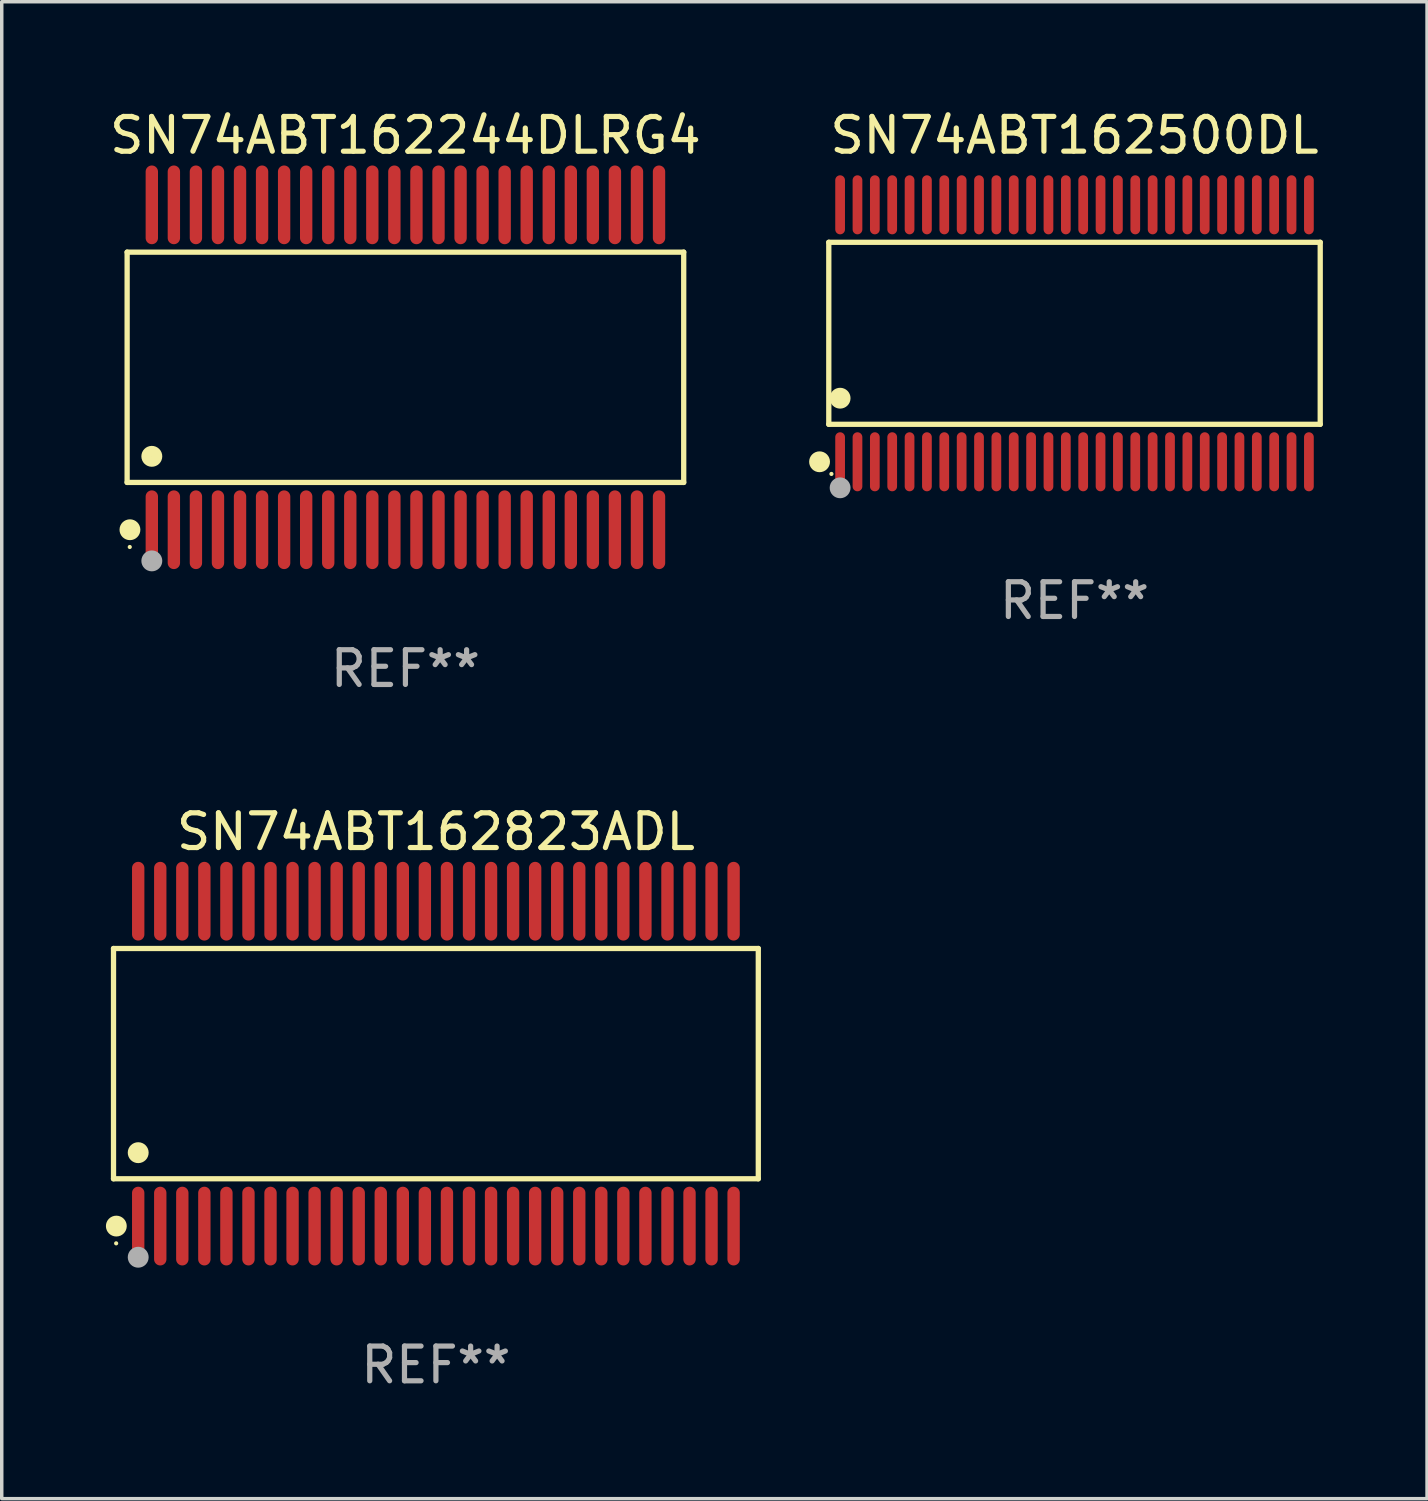
<source format=kicad_pcb>
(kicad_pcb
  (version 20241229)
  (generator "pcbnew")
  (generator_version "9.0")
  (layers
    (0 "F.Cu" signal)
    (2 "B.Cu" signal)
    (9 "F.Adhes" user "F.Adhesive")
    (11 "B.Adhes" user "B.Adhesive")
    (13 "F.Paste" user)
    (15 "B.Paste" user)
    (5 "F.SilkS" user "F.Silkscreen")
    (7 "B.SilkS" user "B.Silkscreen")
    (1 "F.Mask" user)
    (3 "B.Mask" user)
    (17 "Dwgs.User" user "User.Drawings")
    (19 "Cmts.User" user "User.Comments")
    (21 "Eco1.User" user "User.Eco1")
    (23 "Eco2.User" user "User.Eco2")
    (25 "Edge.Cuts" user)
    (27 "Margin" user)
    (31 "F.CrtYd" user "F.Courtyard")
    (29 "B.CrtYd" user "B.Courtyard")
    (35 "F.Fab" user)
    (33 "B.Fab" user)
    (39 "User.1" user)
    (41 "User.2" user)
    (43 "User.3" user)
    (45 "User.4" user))
  (footprint "SN74ABT162500DL"
    (layer "F.Cu")
    (at 27.893 6.548)
    (property "Reference" "SN74ABT162500DL" (at 0 -5.7 0) (layer "F.SilkS") (effects (font (size 1 1) (thickness 0.15))))
    (attr through_hole)
    (fp_line (start -7.076 -2.621) (end 7.076 -2.621) (stroke (width 0.152) (type solid)) (layer "F.SilkS"))
    (fp_line (start -7.076 2.621) (end -7.076 -2.621) (stroke (width 0.152) (type solid)) (layer "F.SilkS"))
    (fp_line (start 7.076 -2.621) (end 7.076 2.621) (stroke (width 0.152) (type solid)) (layer "F.SilkS"))
    (fp_line (start 7.076 2.621) (end -7.076 2.621) (stroke (width 0.152) (type solid)) (layer "F.SilkS"))
    (fp_circle (center -7.342 3.7) (end -7.192 3.7) (stroke (width 0.3) (type solid)) (fill no) (layer "F.SilkS"))
    (fp_circle (center -7 4.05) (end -6.97 4.05) (stroke (width 0.06) (type solid)) (fill no) (layer "F.SilkS"))
    (fp_circle (center -6.75 1.869) (end -6.6 1.869) (stroke (width 0.3) (type solid)) (fill no) (layer "F.SilkS"))
    (fp_circle (center -6.75 4.45) (end -6.6 4.45) (stroke (width 0.3) (type solid)) (fill no) (layer "F.Fab"))
    (fp_text user "REF**" (at 0 7.7 0) (layer "F.Fab") (effects (font (size 1 1) (thickness 0.15))))
    (pad "1" smd oval (at -6.75 3.7) (size 0.28 1.7) (layers "F.Cu" "F.Mask" "F.Paste"))
    (pad "2" smd oval (at -6.25 3.7) (size 0.28 1.7) (layers "F.Cu" "F.Mask" "F.Paste"))
    (pad "3" smd oval (at -5.75 3.7) (size 0.28 1.7) (layers "F.Cu" "F.Mask" "F.Paste"))
    (pad "4" smd oval (at -5.25 3.7) (size 0.28 1.7) (layers "F.Cu" "F.Mask" "F.Paste"))
    (pad "5" smd oval (at -4.75 3.7) (size 0.28 1.7) (layers "F.Cu" "F.Mask" "F.Paste"))
    (pad "6" smd oval (at -4.25 3.7) (size 0.28 1.7) (layers "F.Cu" "F.Mask" "F.Paste"))
    (pad "7" smd oval (at -3.75 3.7) (size 0.28 1.7) (layers "F.Cu" "F.Mask" "F.Paste"))
    (pad "8" smd oval (at -3.25 3.7) (size 0.28 1.7) (layers "F.Cu" "F.Mask" "F.Paste"))
    (pad "9" smd oval (at -2.75 3.7) (size 0.28 1.7) (layers "F.Cu" "F.Mask" "F.Paste"))
    (pad "10" smd oval (at -2.25 3.7) (size 0.28 1.7) (layers "F.Cu" "F.Mask" "F.Paste"))
    (pad "11" smd oval (at -1.75 3.7) (size 0.28 1.7) (layers "F.Cu" "F.Mask" "F.Paste"))
    (pad "12" smd oval (at -1.25 3.7) (size 0.28 1.7) (layers "F.Cu" "F.Mask" "F.Paste"))
    (pad "13" smd oval (at -0.75 3.7) (size 0.28 1.7) (layers "F.Cu" "F.Mask" "F.Paste"))
    (pad "14" smd oval (at -0.25 3.7) (size 0.28 1.7) (layers "F.Cu" "F.Mask" "F.Paste"))
    (pad "15" smd oval (at 0.25 3.7) (size 0.28 1.7) (layers "F.Cu" "F.Mask" "F.Paste"))
    (pad "16" smd oval (at 0.75 3.7) (size 0.28 1.7) (layers "F.Cu" "F.Mask" "F.Paste"))
    (pad "17" smd oval (at 1.25 3.7) (size 0.28 1.7) (layers "F.Cu" "F.Mask" "F.Paste"))
    (pad "18" smd oval (at 1.75 3.7) (size 0.28 1.7) (layers "F.Cu" "F.Mask" "F.Paste"))
    (pad "19" smd oval (at 2.25 3.7) (size 0.28 1.7) (layers "F.Cu" "F.Mask" "F.Paste"))
    (pad "20" smd oval (at 2.75 3.7) (size 0.28 1.7) (layers "F.Cu" "F.Mask" "F.Paste"))
    (pad "21" smd oval (at 3.25 3.7) (size 0.28 1.7) (layers "F.Cu" "F.Mask" "F.Paste"))
    (pad "22" smd oval (at 3.75 3.7) (size 0.28 1.7) (layers "F.Cu" "F.Mask" "F.Paste"))
    (pad "23" smd oval (at 4.25 3.7) (size 0.28 1.7) (layers "F.Cu" "F.Mask" "F.Paste"))
    (pad "24" smd oval (at 4.75 3.7) (size 0.28 1.7) (layers "F.Cu" "F.Mask" "F.Paste"))
    (pad "25" smd oval (at 5.25 3.7) (size 0.28 1.7) (layers "F.Cu" "F.Mask" "F.Paste"))
    (pad "26" smd oval (at 5.75 3.7) (size 0.28 1.7) (layers "F.Cu" "F.Mask" "F.Paste"))
    (pad "27" smd oval (at 6.25 3.7) (size 0.28 1.7) (layers "F.Cu" "F.Mask" "F.Paste"))
    (pad "28" smd oval (at 6.75 3.7) (size 0.28 1.7) (layers "F.Cu" "F.Mask" "F.Paste"))
    (pad "29" smd oval (at 6.75 -3.7) (size 0.28 1.7) (layers "F.Cu" "F.Mask" "F.Paste"))
    (pad "30" smd oval (at 6.25 -3.7) (size 0.28 1.7) (layers "F.Cu" "F.Mask" "F.Paste"))
    (pad "31" smd oval (at 5.75 -3.7) (size 0.28 1.7) (layers "F.Cu" "F.Mask" "F.Paste"))
    (pad "32" smd oval (at 5.25 -3.7) (size 0.28 1.7) (layers "F.Cu" "F.Mask" "F.Paste"))
    (pad "33" smd oval (at 4.75 -3.7) (size 0.28 1.7) (layers "F.Cu" "F.Mask" "F.Paste"))
    (pad "34" smd oval (at 4.25 -3.7) (size 0.28 1.7) (layers "F.Cu" "F.Mask" "F.Paste"))
    (pad "35" smd oval (at 3.75 -3.7) (size 0.28 1.7) (layers "F.Cu" "F.Mask" "F.Paste"))
    (pad "36" smd oval (at 3.25 -3.7) (size 0.28 1.7) (layers "F.Cu" "F.Mask" "F.Paste"))
    (pad "37" smd oval (at 2.75 -3.7) (size 0.28 1.7) (layers "F.Cu" "F.Mask" "F.Paste"))
    (pad "38" smd oval (at 2.25 -3.7) (size 0.28 1.7) (layers "F.Cu" "F.Mask" "F.Paste"))
    (pad "39" smd oval (at 1.75 -3.7) (size 0.28 1.7) (layers "F.Cu" "F.Mask" "F.Paste"))
    (pad "40" smd oval (at 1.25 -3.7) (size 0.28 1.7) (layers "F.Cu" "F.Mask" "F.Paste"))
    (pad "41" smd oval (at 0.75 -3.7) (size 0.28 1.7) (layers "F.Cu" "F.Mask" "F.Paste"))
    (pad "42" smd oval (at 0.25 -3.7) (size 0.28 1.7) (layers "F.Cu" "F.Mask" "F.Paste"))
    (pad "43" smd oval (at -0.25 -3.7) (size 0.28 1.7) (layers "F.Cu" "F.Mask" "F.Paste"))
    (pad "44" smd oval (at -0.75 -3.7) (size 0.28 1.7) (layers "F.Cu" "F.Mask" "F.Paste"))
    (pad "45" smd oval (at -1.25 -3.7) (size 0.28 1.7) (layers "F.Cu" "F.Mask" "F.Paste"))
    (pad "46" smd oval (at -1.75 -3.7) (size 0.28 1.7) (layers "F.Cu" "F.Mask" "F.Paste"))
    (pad "47" smd oval (at -2.25 -3.7) (size 0.28 1.7) (layers "F.Cu" "F.Mask" "F.Paste"))
    (pad "48" smd oval (at -2.75 -3.7) (size 0.28 1.7) (layers "F.Cu" "F.Mask" "F.Paste"))
    (pad "49" smd oval (at -3.25 -3.7) (size 0.28 1.7) (layers "F.Cu" "F.Mask" "F.Paste"))
    (pad "50" smd oval (at -3.75 -3.7) (size 0.28 1.7) (layers "F.Cu" "F.Mask" "F.Paste"))
    (pad "51" smd oval (at -4.25 -3.7) (size 0.28 1.7) (layers "F.Cu" "F.Mask" "F.Paste"))
    (pad "52" smd oval (at -4.75 -3.7) (size 0.28 1.7) (layers "F.Cu" "F.Mask" "F.Paste"))
    (pad "53" smd oval (at -5.25 -3.7) (size 0.28 1.7) (layers "F.Cu" "F.Mask" "F.Paste"))
    (pad "54" smd oval (at -5.75 -3.7) (size 0.28 1.7) (layers "F.Cu" "F.Mask" "F.Paste"))
    (pad "55" smd oval (at -6.25 -3.7) (size 0.28 1.7) (layers "F.Cu" "F.Mask" "F.Paste"))
    (pad "56" smd oval (at -6.75 -3.7) (size 0.28 1.7) (layers "F.Cu" "F.Mask" "F.Paste")))
  (footprint "SN74ABT162823ADL"
    (layer "F.Cu")
    (at 9.503 27.58)
    (property "Reference" "SN74ABT162823ADL" (at 0 -6.678 0) (layer "F.SilkS") (effects (font (size 1 1) (thickness 0.15))))
    (attr through_hole)
    (fp_line (start -9.284 -3.316) (end 9.284 -3.316) (stroke (width 0.152) (type solid)) (layer "F.SilkS"))
    (fp_line (start -9.284 3.316) (end -9.284 -3.316) (stroke (width 0.152) (type solid)) (layer "F.SilkS"))
    (fp_line (start 9.284 -3.316) (end 9.284 3.316) (stroke (width 0.152) (type solid)) (layer "F.SilkS"))
    (fp_line (start 9.284 3.316) (end -9.284 3.316) (stroke (width 0.152) (type solid)) (layer "F.SilkS"))
    (fp_circle (center -9.208 5.175) (end -9.178 5.175) (stroke (width 0.06) (type solid)) (fill no) (layer "F.SilkS"))
    (fp_circle (center -9.203 4.678) (end -9.053 4.678) (stroke (width 0.3) (type solid)) (fill no) (layer "F.SilkS"))
    (fp_circle (center -8.573 2.564) (end -8.422 2.564) (stroke (width 0.3) (type solid)) (fill no) (layer "F.SilkS"))
    (fp_circle (center -8.573 5.575) (end -8.422 5.575) (stroke (width 0.3) (type solid)) (fill no) (layer "F.Fab"))
    (fp_text user "REF**" (at 0 8.678 0) (layer "F.Fab") (effects (font (size 1 1) (thickness 0.15))))
    (pad "1" smd oval (at -8.573 4.678) (size 0.356 2.267) (layers "F.Cu" "F.Mask" "F.Paste"))
    (pad "2" smd oval (at -7.938 4.678) (size 0.356 2.267) (layers "F.Cu" "F.Mask" "F.Paste"))
    (pad "3" smd oval (at -7.303 4.678) (size 0.356 2.267) (layers "F.Cu" "F.Mask" "F.Paste"))
    (pad "4" smd oval (at -6.668 4.678) (size 0.356 2.267) (layers "F.Cu" "F.Mask" "F.Paste"))
    (pad "5" smd oval (at -6.033 4.678) (size 0.356 2.267) (layers "F.Cu" "F.Mask" "F.Paste"))
    (pad "6" smd oval (at -5.398 4.678) (size 0.356 2.267) (layers "F.Cu" "F.Mask" "F.Paste"))
    (pad "7" smd oval (at -4.763 4.678) (size 0.356 2.267) (layers "F.Cu" "F.Mask" "F.Paste"))
    (pad "8" smd oval (at -4.128 4.678) (size 0.356 2.267) (layers "F.Cu" "F.Mask" "F.Paste"))
    (pad "9" smd oval (at -3.493 4.678) (size 0.356 2.267) (layers "F.Cu" "F.Mask" "F.Paste"))
    (pad "10" smd oval (at -2.858 4.678) (size 0.356 2.267) (layers "F.Cu" "F.Mask" "F.Paste"))
    (pad "11" smd oval (at -2.223 4.678) (size 0.356 2.267) (layers "F.Cu" "F.Mask" "F.Paste"))
    (pad "12" smd oval (at -1.588 4.678) (size 0.356 2.267) (layers "F.Cu" "F.Mask" "F.Paste"))
    (pad "13" smd oval (at -0.953 4.678) (size 0.356 2.267) (layers "F.Cu" "F.Mask" "F.Paste"))
    (pad "14" smd oval (at -0.318 4.678) (size 0.356 2.267) (layers "F.Cu" "F.Mask" "F.Paste"))
    (pad "15" smd oval (at 0.318 4.678) (size 0.356 2.267) (layers "F.Cu" "F.Mask" "F.Paste"))
    (pad "16" smd oval (at 0.953 4.678) (size 0.356 2.267) (layers "F.Cu" "F.Mask" "F.Paste"))
    (pad "17" smd oval (at 1.588 4.678) (size 0.356 2.267) (layers "F.Cu" "F.Mask" "F.Paste"))
    (pad "18" smd oval (at 2.223 4.678) (size 0.356 2.267) (layers "F.Cu" "F.Mask" "F.Paste"))
    (pad "19" smd oval (at 2.858 4.678) (size 0.356 2.267) (layers "F.Cu" "F.Mask" "F.Paste"))
    (pad "20" smd oval (at 3.493 4.678) (size 0.356 2.267) (layers "F.Cu" "F.Mask" "F.Paste"))
    (pad "21" smd oval (at 4.128 4.678) (size 0.356 2.267) (layers "F.Cu" "F.Mask" "F.Paste"))
    (pad "22" smd oval (at 4.763 4.678) (size 0.356 2.267) (layers "F.Cu" "F.Mask" "F.Paste"))
    (pad "23" smd oval (at 5.398 4.678) (size 0.356 2.267) (layers "F.Cu" "F.Mask" "F.Paste"))
    (pad "24" smd oval (at 6.033 4.678) (size 0.356 2.267) (layers "F.Cu" "F.Mask" "F.Paste"))
    (pad "25" smd oval (at 6.668 4.678) (size 0.356 2.267) (layers "F.Cu" "F.Mask" "F.Paste"))
    (pad "26" smd oval (at 7.303 4.678) (size 0.356 2.267) (layers "F.Cu" "F.Mask" "F.Paste"))
    (pad "27" smd oval (at 7.938 4.678) (size 0.356 2.267) (layers "F.Cu" "F.Mask" "F.Paste"))
    (pad "28" smd oval (at 8.573 4.678) (size 0.356 2.267) (layers "F.Cu" "F.Mask" "F.Paste"))
    (pad "29" smd oval (at 8.573 -4.678) (size 0.356 2.267) (layers "F.Cu" "F.Mask" "F.Paste"))
    (pad "30" smd oval (at 7.938 -4.678) (size 0.356 2.267) (layers "F.Cu" "F.Mask" "F.Paste"))
    (pad "31" smd oval (at 7.303 -4.678) (size 0.356 2.267) (layers "F.Cu" "F.Mask" "F.Paste"))
    (pad "32" smd oval (at 6.668 -4.678) (size 0.356 2.267) (layers "F.Cu" "F.Mask" "F.Paste"))
    (pad "33" smd oval (at 6.033 -4.678) (size 0.356 2.267) (layers "F.Cu" "F.Mask" "F.Paste"))
    (pad "34" smd oval (at 5.398 -4.678) (size 0.356 2.267) (layers "F.Cu" "F.Mask" "F.Paste"))
    (pad "35" smd oval (at 4.763 -4.678) (size 0.356 2.267) (layers "F.Cu" "F.Mask" "F.Paste"))
    (pad "36" smd oval (at 4.128 -4.678) (size 0.356 2.267) (layers "F.Cu" "F.Mask" "F.Paste"))
    (pad "37" smd oval (at 3.493 -4.678) (size 0.356 2.267) (layers "F.Cu" "F.Mask" "F.Paste"))
    (pad "38" smd oval (at 2.858 -4.678) (size 0.356 2.267) (layers "F.Cu" "F.Mask" "F.Paste"))
    (pad "39" smd oval (at 2.223 -4.678) (size 0.356 2.267) (layers "F.Cu" "F.Mask" "F.Paste"))
    (pad "40" smd oval (at 1.588 -4.678) (size 0.356 2.267) (layers "F.Cu" "F.Mask" "F.Paste"))
    (pad "41" smd oval (at 0.953 -4.678) (size 0.356 2.267) (layers "F.Cu" "F.Mask" "F.Paste"))
    (pad "42" smd oval (at 0.318 -4.678) (size 0.356 2.267) (layers "F.Cu" "F.Mask" "F.Paste"))
    (pad "43" smd oval (at -0.318 -4.678) (size 0.356 2.267) (layers "F.Cu" "F.Mask" "F.Paste"))
    (pad "44" smd oval (at -0.953 -4.678) (size 0.356 2.267) (layers "F.Cu" "F.Mask" "F.Paste"))
    (pad "45" smd oval (at -1.588 -4.678) (size 0.356 2.267) (layers "F.Cu" "F.Mask" "F.Paste"))
    (pad "46" smd oval (at -2.223 -4.678) (size 0.356 2.267) (layers "F.Cu" "F.Mask" "F.Paste"))
    (pad "47" smd oval (at -2.858 -4.678) (size 0.356 2.267) (layers "F.Cu" "F.Mask" "F.Paste"))
    (pad "48" smd oval (at -3.493 -4.678) (size 0.356 2.267) (layers "F.Cu" "F.Mask" "F.Paste"))
    (pad "49" smd oval (at -4.128 -4.678) (size 0.356 2.267) (layers "F.Cu" "F.Mask" "F.Paste"))
    (pad "50" smd oval (at -4.763 -4.678) (size 0.356 2.267) (layers "F.Cu" "F.Mask" "F.Paste"))
    (pad "51" smd oval (at -5.398 -4.678) (size 0.356 2.267) (layers "F.Cu" "F.Mask" "F.Paste"))
    (pad "52" smd oval (at -6.033 -4.678) (size 0.356 2.267) (layers "F.Cu" "F.Mask" "F.Paste"))
    (pad "53" smd oval (at -6.668 -4.678) (size 0.356 2.267) (layers "F.Cu" "F.Mask" "F.Paste"))
    (pad "54" smd oval (at -7.303 -4.678) (size 0.356 2.267) (layers "F.Cu" "F.Mask" "F.Paste"))
    (pad "55" smd oval (at -7.938 -4.678) (size 0.356 2.267) (layers "F.Cu" "F.Mask" "F.Paste"))
    (pad "56" smd oval (at -8.573 -4.678) (size 0.356 2.267) (layers "F.Cu" "F.Mask" "F.Paste")))
  (footprint "SN74ABT162244DLRG4"
    (layer "F.Cu")
    (at 8.625 7.527)
    (property "Reference" "SN74ABT162244DLRG4" (at 0 -6.678 0) (layer "F.SilkS") (effects (font (size 1 1) (thickness 0.15))))
    (attr through_hole)
    (fp_line (start -8.014 -3.316) (end 8.014 -3.316) (stroke (width 0.152) (type solid)) (layer "F.SilkS"))
    (fp_line (start -8.014 3.316) (end -8.014 -3.316) (stroke (width 0.152) (type solid)) (layer "F.SilkS"))
    (fp_line (start 8.014 -3.316) (end 8.014 3.316) (stroke (width 0.152) (type solid)) (layer "F.SilkS"))
    (fp_line (start 8.014 3.316) (end -8.014 3.316) (stroke (width 0.152) (type solid)) (layer "F.SilkS"))
    (fp_circle (center -7.938 5.175) (end -7.908 5.175) (stroke (width 0.06) (type solid)) (fill no) (layer "F.SilkS"))
    (fp_circle (center -7.933 4.678) (end -7.783 4.678) (stroke (width 0.3) (type solid)) (fill no) (layer "F.SilkS"))
    (fp_circle (center -7.303 2.564) (end -7.152 2.564) (stroke (width 0.3) (type solid)) (fill no) (layer "F.SilkS"))
    (fp_circle (center -7.303 5.575) (end -7.152 5.575) (stroke (width 0.3) (type solid)) (fill no) (layer "F.Fab"))
    (fp_text user "REF**" (at 0 8.678 0) (layer "F.Fab") (effects (font (size 1 1) (thickness 0.15))))
    (pad "1" smd oval (at -7.303 4.678) (size 0.356 2.267) (layers "F.Cu" "F.Mask" "F.Paste"))
    (pad "2" smd oval (at -6.668 4.678) (size 0.356 2.267) (layers "F.Cu" "F.Mask" "F.Paste"))
    (pad "3" smd oval (at -6.033 4.678) (size 0.356 2.267) (layers "F.Cu" "F.Mask" "F.Paste"))
    (pad "4" smd oval (at -5.398 4.678) (size 0.356 2.267) (layers "F.Cu" "F.Mask" "F.Paste"))
    (pad "5" smd oval (at -4.763 4.678) (size 0.356 2.267) (layers "F.Cu" "F.Mask" "F.Paste"))
    (pad "6" smd oval (at -4.128 4.678) (size 0.356 2.267) (layers "F.Cu" "F.Mask" "F.Paste"))
    (pad "7" smd oval (at -3.493 4.678) (size 0.356 2.267) (layers "F.Cu" "F.Mask" "F.Paste"))
    (pad "8" smd oval (at -2.858 4.678) (size 0.356 2.267) (layers "F.Cu" "F.Mask" "F.Paste"))
    (pad "9" smd oval (at -2.223 4.678) (size 0.356 2.267) (layers "F.Cu" "F.Mask" "F.Paste"))
    (pad "10" smd oval (at -1.588 4.678) (size 0.356 2.267) (layers "F.Cu" "F.Mask" "F.Paste"))
    (pad "11" smd oval (at -0.953 4.678) (size 0.356 2.267) (layers "F.Cu" "F.Mask" "F.Paste"))
    (pad "12" smd oval (at -0.318 4.678) (size 0.356 2.267) (layers "F.Cu" "F.Mask" "F.Paste"))
    (pad "13" smd oval (at 0.318 4.678) (size 0.356 2.267) (layers "F.Cu" "F.Mask" "F.Paste"))
    (pad "14" smd oval (at 0.953 4.678) (size 0.356 2.267) (layers "F.Cu" "F.Mask" "F.Paste"))
    (pad "15" smd oval (at 1.588 4.678) (size 0.356 2.267) (layers "F.Cu" "F.Mask" "F.Paste"))
    (pad "16" smd oval (at 2.223 4.678) (size 0.356 2.267) (layers "F.Cu" "F.Mask" "F.Paste"))
    (pad "17" smd oval (at 2.858 4.678) (size 0.356 2.267) (layers "F.Cu" "F.Mask" "F.Paste"))
    (pad "18" smd oval (at 3.493 4.678) (size 0.356 2.267) (layers "F.Cu" "F.Mask" "F.Paste"))
    (pad "19" smd oval (at 4.128 4.678) (size 0.356 2.267) (layers "F.Cu" "F.Mask" "F.Paste"))
    (pad "20" smd oval (at 4.763 4.678) (size 0.356 2.267) (layers "F.Cu" "F.Mask" "F.Paste"))
    (pad "21" smd oval (at 5.398 4.678) (size 0.356 2.267) (layers "F.Cu" "F.Mask" "F.Paste"))
    (pad "22" smd oval (at 6.033 4.678) (size 0.356 2.267) (layers "F.Cu" "F.Mask" "F.Paste"))
    (pad "23" smd oval (at 6.668 4.678) (size 0.356 2.267) (layers "F.Cu" "F.Mask" "F.Paste"))
    (pad "24" smd oval (at 7.303 4.678) (size 0.356 2.267) (layers "F.Cu" "F.Mask" "F.Paste"))
    (pad "25" smd oval (at 7.303 -4.678) (size 0.356 2.267) (layers "F.Cu" "F.Mask" "F.Paste"))
    (pad "26" smd oval (at 6.668 -4.678) (size 0.356 2.267) (layers "F.Cu" "F.Mask" "F.Paste"))
    (pad "27" smd oval (at 6.033 -4.678) (size 0.356 2.267) (layers "F.Cu" "F.Mask" "F.Paste"))
    (pad "28" smd oval (at 5.398 -4.678) (size 0.356 2.267) (layers "F.Cu" "F.Mask" "F.Paste"))
    (pad "29" smd oval (at 4.763 -4.678) (size 0.356 2.267) (layers "F.Cu" "F.Mask" "F.Paste"))
    (pad "30" smd oval (at 4.128 -4.678) (size 0.356 2.267) (layers "F.Cu" "F.Mask" "F.Paste"))
    (pad "31" smd oval (at 3.493 -4.678) (size 0.356 2.267) (layers "F.Cu" "F.Mask" "F.Paste"))
    (pad "32" smd oval (at 2.858 -4.678) (size 0.356 2.267) (layers "F.Cu" "F.Mask" "F.Paste"))
    (pad "33" smd oval (at 2.223 -4.678) (size 0.356 2.267) (layers "F.Cu" "F.Mask" "F.Paste"))
    (pad "34" smd oval (at 1.588 -4.678) (size 0.356 2.267) (layers "F.Cu" "F.Mask" "F.Paste"))
    (pad "35" smd oval (at 0.953 -4.678) (size 0.356 2.267) (layers "F.Cu" "F.Mask" "F.Paste"))
    (pad "36" smd oval (at 0.318 -4.678) (size 0.356 2.267) (layers "F.Cu" "F.Mask" "F.Paste"))
    (pad "37" smd oval (at -0.318 -4.678) (size 0.356 2.267) (layers "F.Cu" "F.Mask" "F.Paste"))
    (pad "38" smd oval (at -0.953 -4.678) (size 0.356 2.267) (layers "F.Cu" "F.Mask" "F.Paste"))
    (pad "39" smd oval (at -1.588 -4.678) (size 0.356 2.267) (layers "F.Cu" "F.Mask" "F.Paste"))
    (pad "40" smd oval (at -2.223 -4.678) (size 0.356 2.267) (layers "F.Cu" "F.Mask" "F.Paste"))
    (pad "41" smd oval (at -2.858 -4.678) (size 0.356 2.267) (layers "F.Cu" "F.Mask" "F.Paste"))
    (pad "42" smd oval (at -3.493 -4.678) (size 0.356 2.267) (layers "F.Cu" "F.Mask" "F.Paste"))
    (pad "43" smd oval (at -4.128 -4.678) (size 0.356 2.267) (layers "F.Cu" "F.Mask" "F.Paste"))
    (pad "44" smd oval (at -4.763 -4.678) (size 0.356 2.267) (layers "F.Cu" "F.Mask" "F.Paste"))
    (pad "45" smd oval (at -5.398 -4.678) (size 0.356 2.267) (layers "F.Cu" "F.Mask" "F.Paste"))
    (pad "46" smd oval (at -6.033 -4.678) (size 0.356 2.267) (layers "F.Cu" "F.Mask" "F.Paste"))
    (pad "47" smd oval (at -6.668 -4.678) (size 0.356 2.267) (layers "F.Cu" "F.Mask" "F.Paste"))
    (pad "48" smd oval (at -7.303 -4.678) (size 0.356 2.267) (layers "F.Cu" "F.Mask" "F.Paste")))
  (gr_rect
    (start -3 -3)
    (end 38.045 40.107)
    (stroke (width 0.1) (type default))
    (fill no)
    (layer "Edge.Cuts")))
</source>
